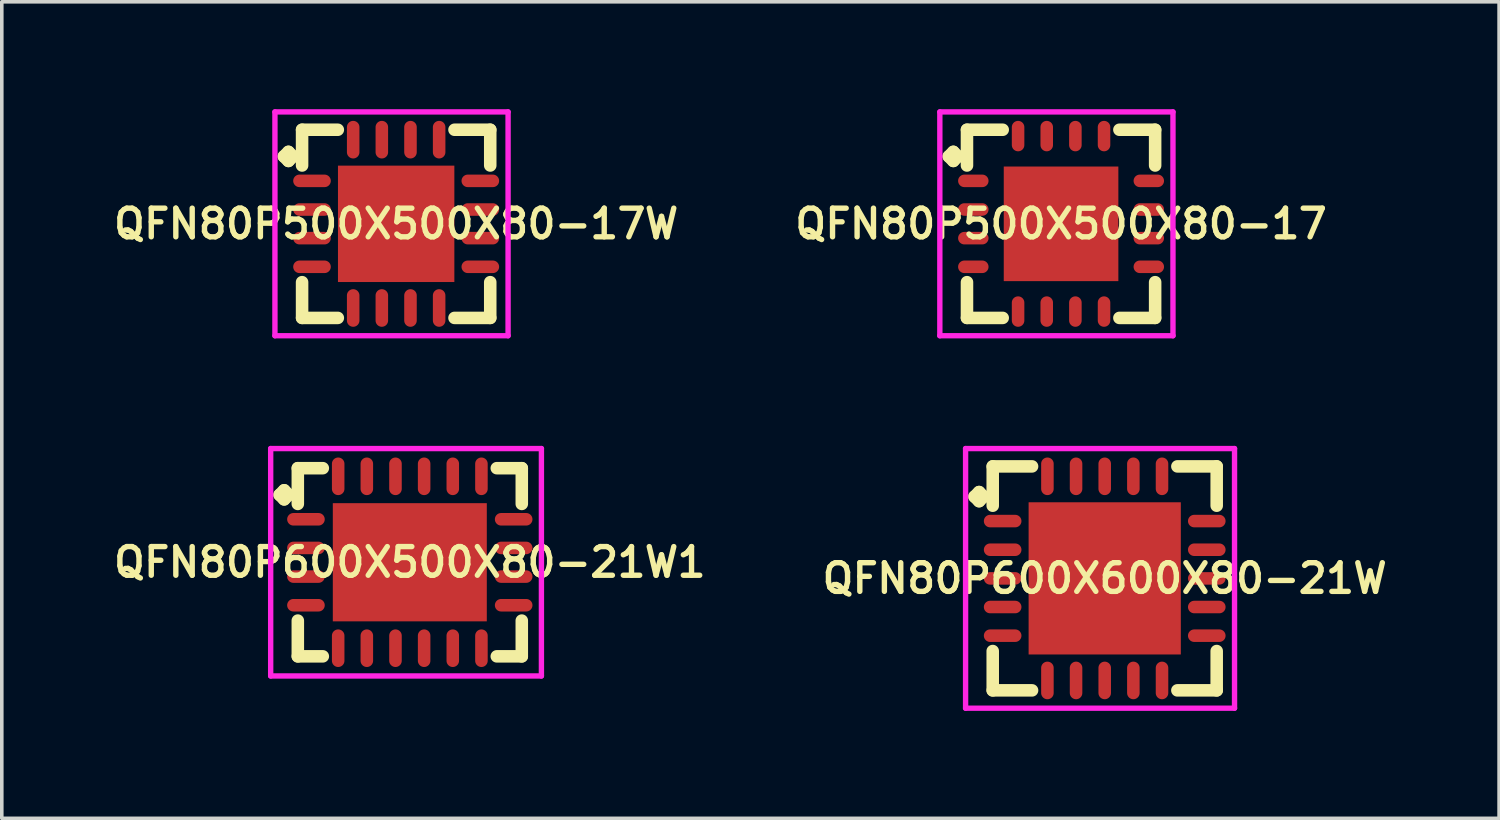
<source format=kicad_pcb>
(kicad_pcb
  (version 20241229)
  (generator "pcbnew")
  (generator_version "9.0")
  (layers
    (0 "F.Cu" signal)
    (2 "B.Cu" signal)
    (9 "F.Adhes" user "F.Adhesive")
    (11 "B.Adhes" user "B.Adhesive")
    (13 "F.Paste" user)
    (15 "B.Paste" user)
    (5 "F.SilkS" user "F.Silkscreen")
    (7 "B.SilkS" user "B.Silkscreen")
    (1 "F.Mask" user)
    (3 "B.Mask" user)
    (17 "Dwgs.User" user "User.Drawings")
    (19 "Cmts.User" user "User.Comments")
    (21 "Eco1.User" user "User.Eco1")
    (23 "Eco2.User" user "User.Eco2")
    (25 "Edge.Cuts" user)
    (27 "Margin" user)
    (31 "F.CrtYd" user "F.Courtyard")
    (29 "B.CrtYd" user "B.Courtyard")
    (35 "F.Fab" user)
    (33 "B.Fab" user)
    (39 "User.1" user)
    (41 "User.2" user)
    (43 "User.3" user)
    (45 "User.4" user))
  (footprint "QFN80P600X600X80-21W"
    (layer "F.Cu")
    (at 27.797 13.1)
    (property "Reference" "QFN80P600X600X80-21W" (at 0 0 0) (layer "F.SilkS") (effects (font (size 0.8 0.8) (thickness 0.15))))
    (attr smd)
    (fp_line (start -3.635 -2.283) (end -3.508 -2.41) (stroke (width 0.35) (type solid)) (layer "F.SilkS"))
    (fp_line (start -3.508 -2.41) (end -3.381 -2.283) (stroke (width 0.35) (type solid)) (layer "F.SilkS"))
    (fp_line (start -3.508 -2.156) (end -3.635 -2.283) (stroke (width 0.35) (type solid)) (layer "F.SilkS"))
    (fp_line (start -3.381 -2.283) (end -3.508 -2.156) (stroke (width 0.35) (type solid)) (layer "F.SilkS"))
    (fp_line (start -3.127 -3.127) (end -2.029 -3.127) (stroke (width 0.35) (type solid)) (layer "F.SilkS"))
    (fp_line (start -3.127 -2.029) (end -3.127 -3.127) (stroke (width 0.35) (type solid)) (layer "F.SilkS"))
    (fp_line (start -3.127 2.029) (end -3.127 3.127) (stroke (width 0.35) (type solid)) (layer "F.SilkS"))
    (fp_line (start -3.127 3.127) (end -2.029 3.127) (stroke (width 0.35) (type solid)) (layer "F.SilkS"))
    (fp_line (start 2.029 -3.127) (end 3.127 -3.127) (stroke (width 0.35) (type solid)) (layer "F.SilkS"))
    (fp_line (start 2.029 3.127) (end 3.127 3.127) (stroke (width 0.35) (type solid)) (layer "F.SilkS"))
    (fp_line (start 3.127 -3.127) (end 3.127 -2.029) (stroke (width 0.35) (type solid)) (layer "F.SilkS"))
    (fp_line (start 3.127 3.127) (end 3.127 2.029) (stroke (width 0.35) (type solid)) (layer "F.SilkS"))
    (fp_line (start -3.885 -3.625) (end 3.625 -3.625) (stroke (width 0.15) (type solid)) (layer "F.CrtYd"))
    (fp_line (start -3.885 3.625) (end -3.885 -3.625) (stroke (width 0.15) (type solid)) (layer "F.CrtYd"))
    (fp_line (start 3.625 -3.625) (end 3.625 3.625) (stroke (width 0.15) (type solid)) (layer "F.CrtYd"))
    (fp_line (start 3.625 3.625) (end -3.885 3.625) (stroke (width 0.15) (type solid)) (layer "F.CrtYd"))
    (pad "1" smd oval (at -2.85 -1.6) (size 1.05 0.35) (layers "F.Cu" "F.Mask" "F.Paste"))
    (pad "2" smd oval (at -2.85 -0.8) (size 1.05 0.35) (layers "F.Cu" "F.Mask" "F.Paste"))
    (pad "3" smd oval (at -2.85 0) (size 1.05 0.35) (layers "F.Cu" "F.Mask" "F.Paste"))
    (pad "4" smd oval (at -2.85 0.8) (size 1.05 0.35) (layers "F.Cu" "F.Mask" "F.Paste"))
    (pad "5" smd oval (at -2.85 1.6) (size 1.05 0.35) (layers "F.Cu" "F.Mask" "F.Paste"))
    (pad "6" smd oval (at -1.6 2.85) (size 0.35 1.05) (layers "F.Cu" "F.Mask" "F.Paste"))
    (pad "7" smd oval (at -0.8 2.85) (size 0.35 1.05) (layers "F.Cu" "F.Mask" "F.Paste"))
    (pad "8" smd oval (at 0 2.85) (size 0.35 1.05) (layers "F.Cu" "F.Mask" "F.Paste"))
    (pad "9" smd oval (at 0.8 2.85) (size 0.35 1.05) (layers "F.Cu" "F.Mask" "F.Paste"))
    (pad "10" smd oval (at 1.6 2.85) (size 0.35 1.05) (layers "F.Cu" "F.Mask" "F.Paste"))
    (pad "11" smd oval (at 2.85 1.6) (size 1.05 0.35) (layers "F.Cu" "F.Mask" "F.Paste"))
    (pad "12" smd oval (at 2.85 0.8) (size 1.05 0.35) (layers "F.Cu" "F.Mask" "F.Paste"))
    (pad "13" smd oval (at 2.85 0) (size 1.05 0.35) (layers "F.Cu" "F.Mask" "F.Paste"))
    (pad "14" smd oval (at 2.85 -0.8) (size 1.05 0.35) (layers "F.Cu" "F.Mask" "F.Paste"))
    (pad "15" smd oval (at 2.85 -1.6) (size 1.05 0.35) (layers "F.Cu" "F.Mask" "F.Paste"))
    (pad "16" smd oval (at 1.6 -2.85) (size 0.35 1.05) (layers "F.Cu" "F.Mask" "F.Paste"))
    (pad "17" smd oval (at 0.8 -2.85) (size 0.35 1.05) (layers "F.Cu" "F.Mask" "F.Paste"))
    (pad "18" smd oval (at 0 -2.85) (size 0.35 1.05) (layers "F.Cu" "F.Mask" "F.Paste"))
    (pad "19" smd oval (at -0.8 -2.85) (size 0.35 1.05) (layers "F.Cu" "F.Mask" "F.Paste"))
    (pad "20" smd oval (at -1.6 -2.85) (size 0.35 1.05) (layers "F.Cu" "F.Mask" "F.Paste"))
    (pad "21" smd rect (at 0 0) (size 4.25 4.25) (layers "F.Cu" "F.Mask" "F.Paste")))
  (footprint "QFN80P500X500X80-17"
    (layer "F.Cu")
    (at 26.578 3.2)
    (property "Reference" "QFN80P500X500X80-17" (at 0 0 0) (layer "F.SilkS") (effects (font (size 0.8 0.8) (thickness 0.15))))
    (attr smd)
    (fp_line (start -3.135 -1.883) (end -3.008 -2.01) (stroke (width 0.35) (type solid)) (layer "F.SilkS"))
    (fp_line (start -3.008 -2.01) (end -2.881 -1.883) (stroke (width 0.35) (type solid)) (layer "F.SilkS"))
    (fp_line (start -3.008 -1.756) (end -3.135 -1.883) (stroke (width 0.35) (type solid)) (layer "F.SilkS"))
    (fp_line (start -2.881 -1.883) (end -3.008 -1.756) (stroke (width 0.35) (type solid)) (layer "F.SilkS"))
    (fp_line (start -2.627 -2.627) (end -1.629 -2.627) (stroke (width 0.35) (type solid)) (layer "F.SilkS"))
    (fp_line (start -2.627 -1.629) (end -2.627 -2.627) (stroke (width 0.35) (type solid)) (layer "F.SilkS"))
    (fp_line (start -2.627 1.629) (end -2.627 2.627) (stroke (width 0.35) (type solid)) (layer "F.SilkS"))
    (fp_line (start -2.627 2.627) (end -1.629 2.627) (stroke (width 0.35) (type solid)) (layer "F.SilkS"))
    (fp_line (start 1.629 -2.627) (end 2.627 -2.627) (stroke (width 0.35) (type solid)) (layer "F.SilkS"))
    (fp_line (start 1.629 2.627) (end 2.627 2.627) (stroke (width 0.35) (type solid)) (layer "F.SilkS"))
    (fp_line (start 2.627 -2.627) (end 2.627 -1.629) (stroke (width 0.35) (type solid)) (layer "F.SilkS"))
    (fp_line (start 2.627 2.627) (end 2.627 1.629) (stroke (width 0.35) (type solid)) (layer "F.SilkS"))
    (fp_line (start -3.385 -3.125) (end 3.125 -3.125) (stroke (width 0.15) (type solid)) (layer "F.CrtYd"))
    (fp_line (start -3.385 3.125) (end -3.385 -3.125) (stroke (width 0.15) (type solid)) (layer "F.CrtYd"))
    (fp_line (start 3.125 -3.125) (end 3.125 3.125) (stroke (width 0.15) (type solid)) (layer "F.CrtYd"))
    (fp_line (start 3.125 3.125) (end -3.385 3.125) (stroke (width 0.15) (type solid)) (layer "F.CrtYd"))
    (pad "1" smd oval (at -2.45 -1.2) (size 0.85 0.35) (layers "F.Cu" "F.Mask" "F.Paste"))
    (pad "2" smd oval (at -2.45 -0.4) (size 0.85 0.35) (layers "F.Cu" "F.Mask" "F.Paste"))
    (pad "3" smd oval (at -2.45 0.4) (size 0.85 0.35) (layers "F.Cu" "F.Mask" "F.Paste"))
    (pad "4" smd oval (at -2.45 1.2) (size 0.85 0.35) (layers "F.Cu" "F.Mask" "F.Paste"))
    (pad "5" smd oval (at -1.2 2.45) (size 0.35 0.85) (layers "F.Cu" "F.Mask" "F.Paste"))
    (pad "6" smd oval (at -0.4 2.45) (size 0.35 0.85) (layers "F.Cu" "F.Mask" "F.Paste"))
    (pad "7" smd oval (at 0.4 2.45) (size 0.35 0.85) (layers "F.Cu" "F.Mask" "F.Paste"))
    (pad "8" smd oval (at 1.2 2.45) (size 0.35 0.85) (layers "F.Cu" "F.Mask" "F.Paste"))
    (pad "9" smd oval (at 2.45 1.2) (size 0.85 0.35) (layers "F.Cu" "F.Mask" "F.Paste"))
    (pad "10" smd oval (at 2.45 0.4) (size 0.85 0.35) (layers "F.Cu" "F.Mask" "F.Paste"))
    (pad "11" smd oval (at 2.45 -0.4) (size 0.85 0.35) (layers "F.Cu" "F.Mask" "F.Paste"))
    (pad "12" smd oval (at 2.45 -1.2) (size 0.85 0.35) (layers "F.Cu" "F.Mask" "F.Paste"))
    (pad "13" smd oval (at 1.2 -2.45) (size 0.35 0.85) (layers "F.Cu" "F.Mask" "F.Paste"))
    (pad "14" smd oval (at 0.4 -2.45) (size 0.35 0.85) (layers "F.Cu" "F.Mask" "F.Paste"))
    (pad "15" smd oval (at -0.4 -2.45) (size 0.35 0.85) (layers "F.Cu" "F.Mask" "F.Paste"))
    (pad "16" smd oval (at -1.2 -2.45) (size 0.35 0.85) (layers "F.Cu" "F.Mask" "F.Paste"))
    (pad "17" smd rect (at 0 0) (size 3.2 3.2) (layers "F.Cu" "F.Mask" "F.Paste")))
  (footprint "QFN80P500X500X80-17W"
    (layer "F.Cu")
    (at 8.012 3.2)
    (property "Reference" "QFN80P500X500X80-17W" (at 0 0 0) (layer "F.SilkS") (effects (font (size 0.8 0.8) (thickness 0.15))))
    (attr smd)
    (fp_line (start -3.135 -1.883) (end -3.008 -2.01) (stroke (width 0.35) (type solid)) (layer "F.SilkS"))
    (fp_line (start -3.008 -2.01) (end -2.881 -1.883) (stroke (width 0.35) (type solid)) (layer "F.SilkS"))
    (fp_line (start -3.008 -1.756) (end -3.135 -1.883) (stroke (width 0.35) (type solid)) (layer "F.SilkS"))
    (fp_line (start -2.881 -1.883) (end -3.008 -1.756) (stroke (width 0.35) (type solid)) (layer "F.SilkS"))
    (fp_line (start -2.627 -2.627) (end -1.629 -2.627) (stroke (width 0.35) (type solid)) (layer "F.SilkS"))
    (fp_line (start -2.627 -1.629) (end -2.627 -2.627) (stroke (width 0.35) (type solid)) (layer "F.SilkS"))
    (fp_line (start -2.627 1.629) (end -2.627 2.627) (stroke (width 0.35) (type solid)) (layer "F.SilkS"))
    (fp_line (start -2.627 2.627) (end -1.629 2.627) (stroke (width 0.35) (type solid)) (layer "F.SilkS"))
    (fp_line (start 1.629 -2.627) (end 2.627 -2.627) (stroke (width 0.35) (type solid)) (layer "F.SilkS"))
    (fp_line (start 1.629 2.627) (end 2.627 2.627) (stroke (width 0.35) (type solid)) (layer "F.SilkS"))
    (fp_line (start 2.627 -2.627) (end 2.627 -1.629) (stroke (width 0.35) (type solid)) (layer "F.SilkS"))
    (fp_line (start 2.627 2.627) (end 2.627 1.629) (stroke (width 0.35) (type solid)) (layer "F.SilkS"))
    (fp_line (start -3.385 -3.125) (end 3.125 -3.125) (stroke (width 0.15) (type solid)) (layer "F.CrtYd"))
    (fp_line (start -3.385 3.125) (end -3.385 -3.125) (stroke (width 0.15) (type solid)) (layer "F.CrtYd"))
    (fp_line (start 3.125 -3.125) (end 3.125 3.125) (stroke (width 0.15) (type solid)) (layer "F.CrtYd"))
    (fp_line (start 3.125 3.125) (end -3.385 3.125) (stroke (width 0.15) (type solid)) (layer "F.CrtYd"))
    (pad "1" smd oval (at -2.35 -1.2) (size 1.05 0.35) (layers "F.Cu" "F.Mask" "F.Paste"))
    (pad "2" smd oval (at -2.35 -0.4) (size 1.05 0.35) (layers "F.Cu" "F.Mask" "F.Paste"))
    (pad "3" smd oval (at -2.35 0.4) (size 1.05 0.35) (layers "F.Cu" "F.Mask" "F.Paste"))
    (pad "4" smd oval (at -2.35 1.2) (size 1.05 0.35) (layers "F.Cu" "F.Mask" "F.Paste"))
    (pad "5" smd oval (at -1.2 2.35) (size 0.35 1.05) (layers "F.Cu" "F.Mask" "F.Paste"))
    (pad "6" smd oval (at -0.4 2.35) (size 0.35 1.05) (layers "F.Cu" "F.Mask" "F.Paste"))
    (pad "7" smd oval (at 0.4 2.35) (size 0.35 1.05) (layers "F.Cu" "F.Mask" "F.Paste"))
    (pad "8" smd oval (at 1.2 2.35) (size 0.35 1.05) (layers "F.Cu" "F.Mask" "F.Paste"))
    (pad "9" smd oval (at 2.35 1.2) (size 1.05 0.35) (layers "F.Cu" "F.Mask" "F.Paste"))
    (pad "10" smd oval (at 2.35 0.4) (size 1.05 0.35) (layers "F.Cu" "F.Mask" "F.Paste"))
    (pad "11" smd oval (at 2.35 -0.4) (size 1.05 0.35) (layers "F.Cu" "F.Mask" "F.Paste"))
    (pad "12" smd oval (at 2.35 -1.2) (size 1.05 0.35) (layers "F.Cu" "F.Mask" "F.Paste"))
    (pad "13" smd oval (at 1.2 -2.35) (size 0.35 1.05) (layers "F.Cu" "F.Mask" "F.Paste"))
    (pad "14" smd oval (at 0.4 -2.35) (size 0.35 1.05) (layers "F.Cu" "F.Mask" "F.Paste"))
    (pad "15" smd oval (at -0.4 -2.35) (size 0.35 1.05) (layers "F.Cu" "F.Mask" "F.Paste"))
    (pad "16" smd oval (at -1.2 -2.35) (size 0.35 1.05) (layers "F.Cu" "F.Mask" "F.Paste"))
    (pad "17" smd rect (at 0 0) (size 3.25 3.25) (layers "F.Cu" "F.Mask" "F.Paste")))
  (footprint "QFN80P600X500X80-21W1"
    (layer "F.Cu")
    (at 8.393 12.65)
    (property "Reference" "QFN80P600X500X80-21W1" (at 0 0 0) (layer "F.SilkS") (effects (font (size 0.8 0.8) (thickness 0.15))))
    (attr smd)
    (fp_line (start -3.635 -1.883) (end -3.508 -2.01) (stroke (width 0.35) (type solid)) (layer "F.SilkS"))
    (fp_line (start -3.508 -2.01) (end -3.381 -1.883) (stroke (width 0.35) (type solid)) (layer "F.SilkS"))
    (fp_line (start -3.508 -1.756) (end -3.635 -1.883) (stroke (width 0.35) (type solid)) (layer "F.SilkS"))
    (fp_line (start -3.381 -1.883) (end -3.508 -1.756) (stroke (width 0.35) (type solid)) (layer "F.SilkS"))
    (fp_line (start -3.127 -2.627) (end -2.429 -2.627) (stroke (width 0.35) (type solid)) (layer "F.SilkS"))
    (fp_line (start -3.127 -1.629) (end -3.127 -2.627) (stroke (width 0.35) (type solid)) (layer "F.SilkS"))
    (fp_line (start -3.127 1.629) (end -3.127 2.627) (stroke (width 0.35) (type solid)) (layer "F.SilkS"))
    (fp_line (start -3.127 2.627) (end -2.429 2.627) (stroke (width 0.35) (type solid)) (layer "F.SilkS"))
    (fp_line (start 2.429 -2.627) (end 3.127 -2.627) (stroke (width 0.35) (type solid)) (layer "F.SilkS"))
    (fp_line (start 2.429 2.627) (end 3.127 2.627) (stroke (width 0.35) (type solid)) (layer "F.SilkS"))
    (fp_line (start 3.127 -2.627) (end 3.127 -1.629) (stroke (width 0.35) (type solid)) (layer "F.SilkS"))
    (fp_line (start 3.127 2.627) (end 3.127 1.629) (stroke (width 0.35) (type solid)) (layer "F.SilkS"))
    (fp_line (start -3.885 -3.175) (end 3.675 -3.175) (stroke (width 0.15) (type solid)) (layer "F.CrtYd"))
    (fp_line (start -3.885 3.175) (end -3.885 -3.175) (stroke (width 0.15) (type solid)) (layer "F.CrtYd"))
    (fp_line (start 3.675 -3.175) (end 3.675 3.175) (stroke (width 0.15) (type solid)) (layer "F.CrtYd"))
    (fp_line (start 3.675 3.175) (end -3.885 3.175) (stroke (width 0.15) (type solid)) (layer "F.CrtYd"))
    (pad "1" smd oval (at -2.9 -1.2) (size 1.05 0.35) (layers "F.Cu" "F.Mask" "F.Paste"))
    (pad "2" smd oval (at -2.9 -0.4) (size 1.05 0.35) (layers "F.Cu" "F.Mask" "F.Paste"))
    (pad "3" smd oval (at -2.9 0.4) (size 1.05 0.35) (layers "F.Cu" "F.Mask" "F.Paste"))
    (pad "4" smd oval (at -2.9 1.2) (size 1.05 0.35) (layers "F.Cu" "F.Mask" "F.Paste"))
    (pad "5" smd oval (at -2 2.4) (size 0.35 1.05) (layers "F.Cu" "F.Mask" "F.Paste"))
    (pad "6" smd oval (at -1.2 2.4) (size 0.35 1.05) (layers "F.Cu" "F.Mask" "F.Paste"))
    (pad "7" smd oval (at -0.4 2.4) (size 0.35 1.05) (layers "F.Cu" "F.Mask" "F.Paste"))
    (pad "8" smd oval (at 0.4 2.4) (size 0.35 1.05) (layers "F.Cu" "F.Mask" "F.Paste"))
    (pad "9" smd oval (at 1.2 2.4) (size 0.35 1.05) (layers "F.Cu" "F.Mask" "F.Paste"))
    (pad "10" smd oval (at 2 2.4) (size 0.35 1.05) (layers "F.Cu" "F.Mask" "F.Paste"))
    (pad "11" smd oval (at 2.9 1.2) (size 1.05 0.35) (layers "F.Cu" "F.Mask" "F.Paste"))
    (pad "12" smd oval (at 2.9 0.4) (size 1.05 0.35) (layers "F.Cu" "F.Mask" "F.Paste"))
    (pad "13" smd oval (at 2.9 -0.4) (size 1.05 0.35) (layers "F.Cu" "F.Mask" "F.Paste"))
    (pad "14" smd oval (at 2.9 -1.2) (size 1.05 0.35) (layers "F.Cu" "F.Mask" "F.Paste"))
    (pad "15" smd oval (at 2 -2.4) (size 0.35 1.05) (layers "F.Cu" "F.Mask" "F.Paste"))
    (pad "16" smd oval (at 1.2 -2.4) (size 0.35 1.05) (layers "F.Cu" "F.Mask" "F.Paste"))
    (pad "17" smd oval (at 0.4 -2.4) (size 0.35 1.05) (layers "F.Cu" "F.Mask" "F.Paste"))
    (pad "18" smd oval (at -0.4 -2.4) (size 0.35 1.05) (layers "F.Cu" "F.Mask" "F.Paste"))
    (pad "19" smd oval (at -1.2 -2.4) (size 0.35 1.05) (layers "F.Cu" "F.Mask" "F.Paste"))
    (pad "20" smd oval (at -2 -2.4) (size 0.35 1.05) (layers "F.Cu" "F.Mask" "F.Paste"))
    (pad "21" smd rect (at 0 0) (size 4.3 3.3) (layers "F.Cu" "F.Mask" "F.Paste")))
  (gr_rect
    (start -3 -3)
    (end 38.809 19.8)
    (stroke (width 0.1) (type default))
    (fill no)
    (layer "Edge.Cuts")))
</source>
